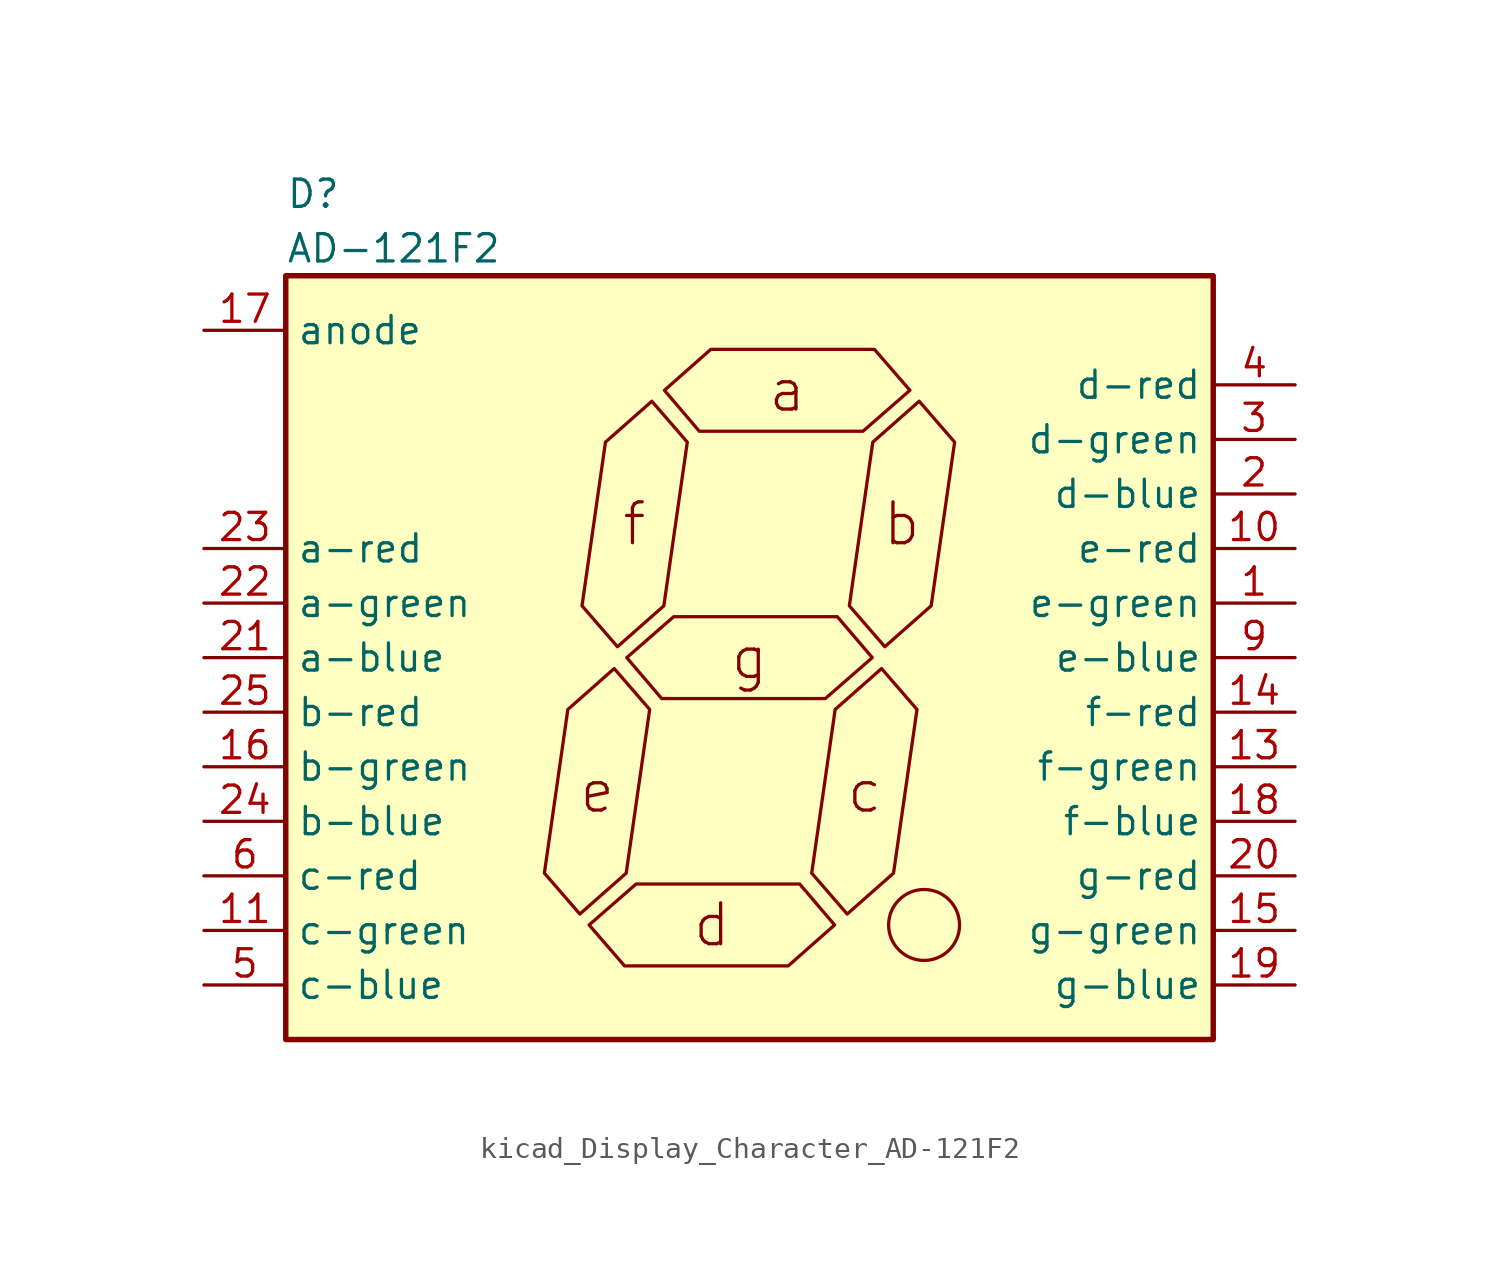
<source format=kicad_sym>
(kicad_symbol_lib
  (version 20220914)
  (generator kicad_symbol_editor)
  (symbol "kicad_Display_Character_AD-121F2"
    (property "Reference" "D"
      (at -21.59 21.59 0)
      (effects (font (size 1.27 1.27)) (justify left)))
    (property "Value" "AD-121F2"
      (at -21.59 19.05 0)
      (effects (font (size 1.27 1.27)) (justify left)))
    (symbol "kicad_Display_Character_AD-121F2_0_1"
      (rectangle (start -21.59 17.78) (end 21.59 -17.78) (stroke (width 0.254) (type default)) (fill (type background)))
      (polyline (pts (xy -7.899 -11.938) (xy -5.74 -10.033) (xy -4.648 -2.413) (xy -6.299 -0.508) (xy -8.458 -2.413) (xy -9.55 -10.033) (xy -7.899 -11.938)) (stroke (width 0) (type default)) (fill (type none)))
      (polyline (pts (xy -7.468 -12.446) (xy -5.283 -10.541) (xy 2.337 -10.541) (xy 3.962 -12.446) (xy 1.803 -14.351) (xy -5.817 -14.351) (xy -7.468 -12.446)) (stroke (width 0) (type default)) (fill (type none)))
      (polyline (pts (xy -6.147 0.508) (xy -3.988 2.413) (xy -2.896 10.033) (xy -4.547 11.938) (xy -6.706 10.033) (xy -7.798 2.413) (xy -6.147 0.508)) (stroke (width 0) (type default)) (fill (type none)))
      (polyline (pts (xy -5.715 0) (xy -3.531 1.905) (xy 4.089 1.905) (xy 5.715 0) (xy 3.531 -1.905) (xy -4.089 -1.905) (xy -5.715 0)) (stroke (width 0) (type default)) (fill (type none)))
      (polyline (pts (xy -3.962 12.446) (xy -1.803 14.351) (xy 5.817 14.351) (xy 7.468 12.446) (xy 5.283 10.541) (xy -2.337 10.541) (xy -3.962 12.446)) (stroke (width 0) (type default)) (fill (type none)))
      (polyline (pts (xy 4.547 -11.938) (xy 6.706 -10.033) (xy 7.798 -2.413) (xy 6.147 -0.508) (xy 3.988 -2.413) (xy 2.896 -10.033) (xy 4.547 -11.938)) (stroke (width 0) (type default)) (fill (type none)))
      (polyline (pts (xy 6.299 0.508) (xy 8.458 2.413) (xy 9.55 10.033) (xy 7.899 11.938) (xy 5.74 10.033) (xy 4.648 2.413) (xy 6.299 0.508)) (stroke (width 0) (type default)) (fill (type none)))
      (circle (center 8.128 -12.446) (radius 1.651) (stroke (width 0) (type default)) (fill (type none)))
      (text "a" (at 1.753 12.446 0) (effects (font (size 1.905 1.905))))
      (text "b" (at 7.087 6.223 0) (effects (font (size 1.905 1.905))))
      (text "c" (at 5.359 -6.223 0) (effects (font (size 1.905 1.905))))
      (text "d" (at -1.753 -12.446 0) (effects (font (size 1.905 1.905))))
      (text "e" (at -7.087 -6.223 0) (effects (font (size 1.905 1.905))))
      (text "f" (at -5.359 6.223 0) (effects (font (size 1.905 1.905))))
      (text "g" (at 0 0 0) (effects (font (size 1.905 1.905))))
      (pin passive line (at 25.4 2.54 180) (length 3.81) (name "e-green" (effects (font (size 1.27 1.27)))) (number "1" (effects (font (size 1.27 1.27)))))
      (pin passive line (at 25.4 5.08 180) (length 3.81) (name "e-red" (effects (font (size 1.27 1.27)))) (number "10" (effects (font (size 1.27 1.27)))))
      (pin passive line (at -25.4 -12.7 0) (length 3.81) (name "c-green" (effects (font (size 1.27 1.27)))) (number "11" (effects (font (size 1.27 1.27)))))
      (pin passive line (at 25.4 -5.08 180) (length 3.81) (name "f-green" (effects (font (size 1.27 1.27)))) (number "13" (effects (font (size 1.27 1.27)))))
      (pin passive line (at 25.4 -2.54 180) (length 3.81) (name "f-red" (effects (font (size 1.27 1.27)))) (number "14" (effects (font (size 1.27 1.27)))))
      (pin passive line (at 25.4 -12.7 180) (length 3.81) (name "g-green" (effects (font (size 1.27 1.27)))) (number "15" (effects (font (size 1.27 1.27)))))
      (pin passive line (at -25.4 -5.08 0) (length 3.81) (name "b-green" (effects (font (size 1.27 1.27)))) (number "16" (effects (font (size 1.27 1.27)))))
      (pin passive line (at -25.4 15.24 0) (length 3.81) (name "anode" (effects (font (size 1.27 1.27)))) (number "17" (effects (font (size 1.27 1.27)))))
      (pin passive line (at 25.4 -7.62 180) (length 3.81) (name "f-blue" (effects (font (size 1.27 1.27)))) (number "18" (effects (font (size 1.27 1.27)))))
      (pin passive line (at 25.4 -15.24 180) (length 3.81) (name "g-blue" (effects (font (size 1.27 1.27)))) (number "19" (effects (font (size 1.27 1.27)))))
      (pin passive line (at 25.4 7.62 180) (length 3.81) (name "d-blue" (effects (font (size 1.27 1.27)))) (number "2" (effects (font (size 1.27 1.27)))))
      (pin passive line (at 25.4 -10.16 180) (length 3.81) (name "g-red" (effects (font (size 1.27 1.27)))) (number "20" (effects (font (size 1.27 1.27)))))
      (pin passive line (at -25.4 0 0) (length 3.81) (name "a-blue" (effects (font (size 1.27 1.27)))) (number "21" (effects (font (size 1.27 1.27)))))
      (pin passive line (at -25.4 2.54 0) (length 3.81) (name "a-green" (effects (font (size 1.27 1.27)))) (number "22" (effects (font (size 1.27 1.27)))))
      (pin passive line (at -25.4 5.08 0) (length 3.81) (name "a-red" (effects (font (size 1.27 1.27)))) (number "23" (effects (font (size 1.27 1.27)))))
      (pin passive line (at -25.4 -7.62 0) (length 3.81) (name "b-blue" (effects (font (size 1.27 1.27)))) (number "24" (effects (font (size 1.27 1.27)))))
      (pin passive line (at -25.4 -2.54 0) (length 3.81) (name "b-red" (effects (font (size 1.27 1.27)))) (number "25" (effects (font (size 1.27 1.27)))))
      (pin passive line (at 25.4 10.16 180) (length 3.81) (name "d-green" (effects (font (size 1.27 1.27)))) (number "3" (effects (font (size 1.27 1.27)))))
      (pin passive line (at 25.4 12.7 180) (length 3.81) (name "d-red" (effects (font (size 1.27 1.27)))) (number "4" (effects (font (size 1.27 1.27)))))
      (pin passive line (at -25.4 -15.24 0) (length 3.81) (name "c-blue" (effects (font (size 1.27 1.27)))) (number "5" (effects (font (size 1.27 1.27)))))
      (pin passive line (at -25.4 -10.16 0) (length 3.81) (name "c-red" (effects (font (size 1.27 1.27)))) (number "6" (effects (font (size 1.27 1.27)))))
      (pin passive line (at 25.4 0 180) (length 3.81) (name "e-blue" (effects (font (size 1.27 1.27)))) (number "9" (effects (font (size 1.27 1.27))))))))
</source>
